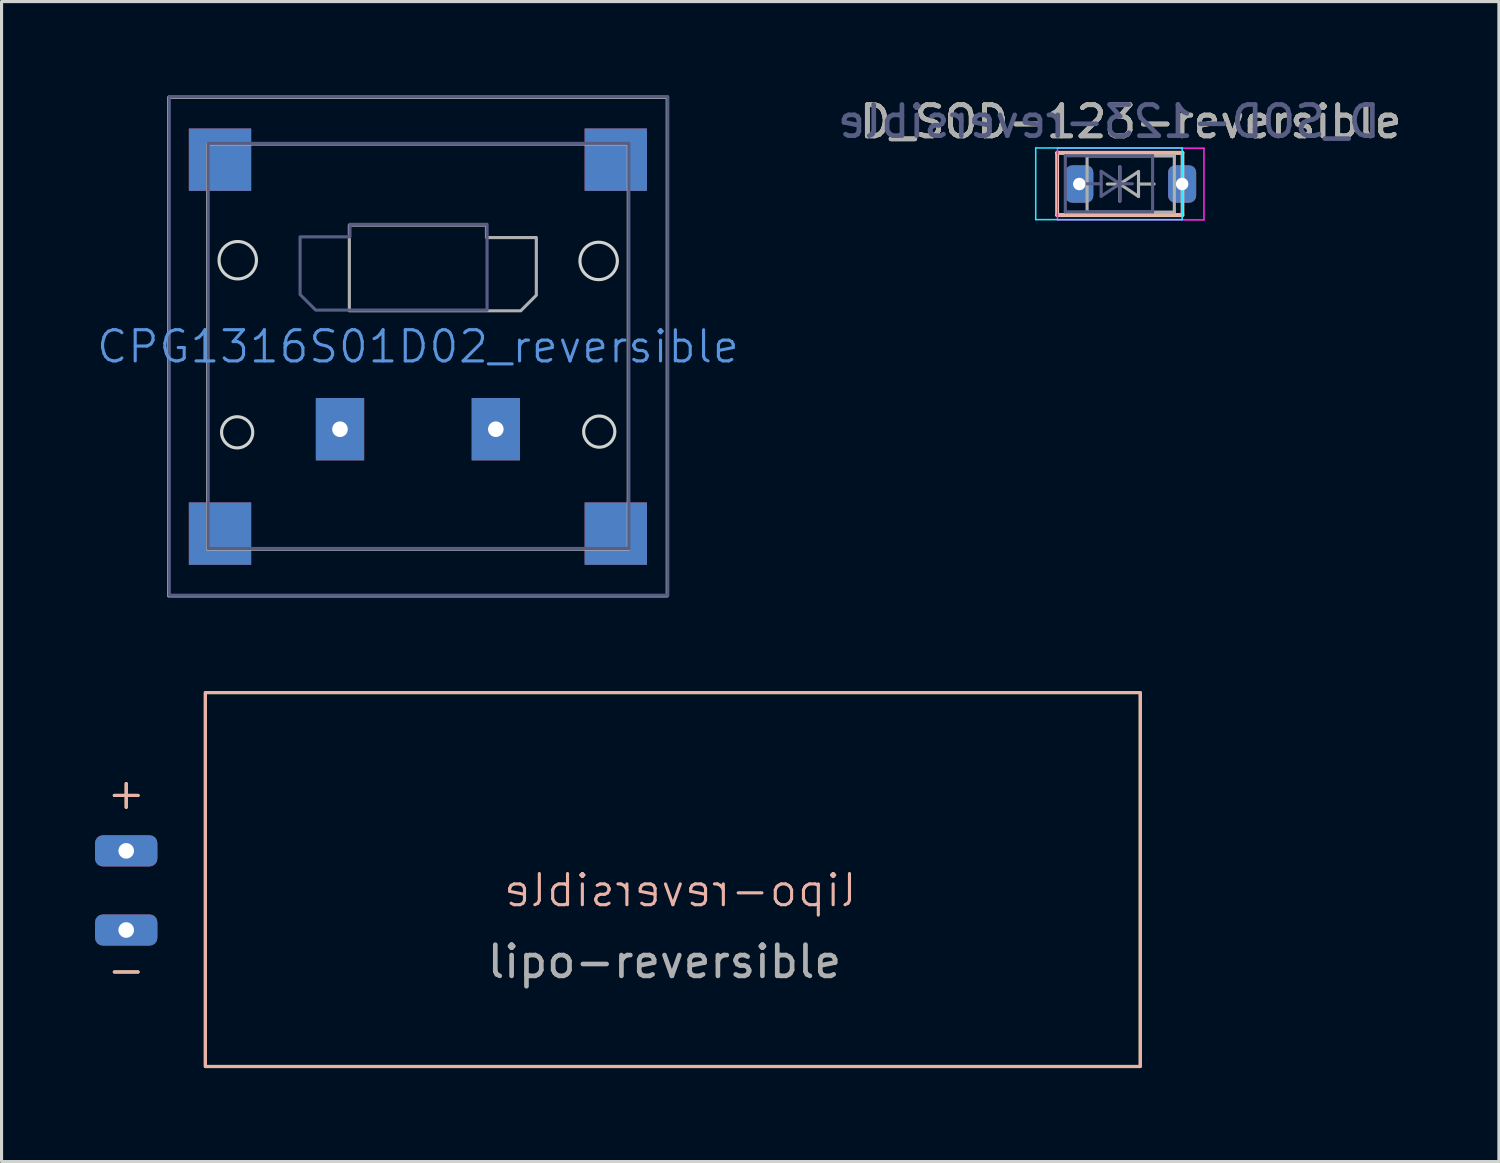
<source format=kicad_pcb>
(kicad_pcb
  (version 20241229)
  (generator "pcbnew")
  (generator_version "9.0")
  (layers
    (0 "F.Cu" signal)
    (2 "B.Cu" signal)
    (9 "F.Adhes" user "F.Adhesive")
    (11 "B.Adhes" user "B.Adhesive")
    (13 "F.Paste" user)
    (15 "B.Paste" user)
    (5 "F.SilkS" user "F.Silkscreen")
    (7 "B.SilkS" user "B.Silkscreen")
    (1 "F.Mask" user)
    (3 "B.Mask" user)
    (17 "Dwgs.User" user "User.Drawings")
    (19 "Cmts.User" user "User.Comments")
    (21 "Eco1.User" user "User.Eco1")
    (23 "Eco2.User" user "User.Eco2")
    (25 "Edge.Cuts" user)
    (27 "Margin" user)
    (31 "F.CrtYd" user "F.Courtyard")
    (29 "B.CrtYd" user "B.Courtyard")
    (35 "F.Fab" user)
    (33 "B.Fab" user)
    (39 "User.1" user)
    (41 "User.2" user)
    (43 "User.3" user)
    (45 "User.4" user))
  (footprint "CPG1316S01D02_reversible"
    (layer "F.Cu")
    (at 10.36 8.073)
    (property "Reference" "CPG1316S01D02_reversible" (at 0 0 0) (unlocked yes) (layer "Cmts.User") (effects (font (size 1 1) (thickness 0.1))))
    (attr smd)
    (fp_circle (center -5.8 2.75) (end -5.3 2.75) (stroke (width 0.1) (type default)) (fill no) (layer "Edge.Cuts"))
    (fp_circle (center -5.781 -2.773) (end -6.381 -2.773) (stroke (width 0.1) (type default)) (fill no) (layer "Edge.Cuts"))
    (fp_circle (center 5.8 -2.75) (end 6.4 -2.75) (stroke (width 0.1) (type default)) (fill no) (layer "Edge.Cuts"))
    (fp_circle (center 5.819 2.727) (end 5.319 2.727) (stroke (width 0.1) (type default)) (fill no) (layer "Edge.Cuts"))
    (fp_rect (start -7.981 -8.023) (end 8.019 7.977) (stroke (width 0.1) (type default)) (fill no) (layer "B.Fab"))
    (fp_rect (start -6.731 -6.523) (end 6.769 6.477) (stroke (width 0.1) (type default)) (fill no) (layer "B.Fab"))
    (fp_poly (pts (xy -3.781 -3.523) (xy -3.781 -1.673) (xy -3.281 -1.173) (xy 2.219 -1.173) (xy 2.219 -3.923) (xy -2.181 -3.923) (xy -2.181 -3.523)) (stroke (width 0.1) (type solid)) (fill no) (layer "B.Fab"))
    (fp_rect (start -8 8) (end 8 -8) (stroke (width 0.1) (type default)) (fill no) (layer "F.Fab"))
    (fp_rect (start -6.75 -6.5) (end 6.75 6.5) (stroke (width 0.1) (type default)) (fill no) (layer "F.Fab"))
    (fp_poly (pts (xy 3.8 -3.5) (xy 3.8 -1.65) (xy 3.3 -1.15) (xy -2.2 -1.15) (xy -2.2 -3.9) (xy 2.2 -3.9) (xy 2.2 -3.5)) (stroke (width 0.1) (type solid)) (fill no) (layer "F.Fab"))
    (pad "1" thru_hole rect (at -2.5 2.65) (size 1.55 2) (drill 0.5) (layers "*.Cu" "*.Mask"))
    (pad "2" thru_hole rect (at 2.5 2.65) (size 1.55 2) (drill 0.5) (layers "*.Cu" "*.Mask"))
    (pad "3" smd rect (at -6.35 -6) (size 2 2) (layers "F.Cu" "F.Mask" "F.Paste"))
    (pad "3" smd rect (at -6.35 -6) (size 2 2) (layers "B.Cu" "B.Mask" "B.Paste"))
    (pad "3" smd rect (at -6.35 6) (size 2 2) (layers "F.Cu" "F.Mask" "F.Paste"))
    (pad "3" smd rect (at -6.35 6) (size 2 2) (layers "B.Cu" "B.Mask" "B.Paste"))
    (pad "3" smd rect (at 6.35 -6) (size 2 2) (layers "F.Cu" "F.Mask" "F.Paste"))
    (pad "3" smd rect (at 6.35 -6) (size 2 2) (layers "B.Cu" "B.Mask" "B.Paste"))
    (pad "3" smd rect (at 6.35 6) (size 2 2) (layers "F.Cu" "F.Mask" "F.Paste"))
    (pad "3" smd rect (at 6.35 6) (size 2 2) (layers "B.Cu" "B.Mask" "B.Paste")))
  (footprint "lipo-reversible"
    (layer "F.Cu")
    (at 3.54 29.333)
    (property "Reference" "lipo-reversible" (at 15.24 -3.81 0) (layer "B.SilkS") (effects (font (size 1 1) (thickness 0.1)) (justify mirror)))
    (attr smd)
    (fp_rect (start 0 -10.16) (end 30 1.84) (stroke (width 0.1) (type default)) (fill no) (layer "F.SilkS"))
    (fp_rect (start 0 -10.16) (end 30 1.84) (stroke (width 0.1) (type default)) (fill no) (layer "B.SilkS"))
    (fp_text user "+" (at -2.54 -6.35 0) (unlocked yes) (layer "F.SilkS") (effects (font (size 1 1) (thickness 0.1)) (justify bottom)))
    (fp_text user "-" (at -2.54 -1.27 0) (unlocked yes) (layer "F.SilkS") (effects (font (size 1 1) (thickness 0.1))))
    (fp_text user "-" (at -2.54 -1.27 0) (unlocked yes) (layer "B.SilkS") (effects (font (size 1 1) (thickness 0.1))))
    (fp_text user "+" (at -2.54 -6.35 0) (unlocked yes) (layer "B.SilkS") (effects (font (size 1 1) (thickness 0.1)) (justify bottom)))
    (fp_text user "${REFERENCE}" (at 14.732 -1.524 0) (unlocked yes) (layer "F.Fab") (effects (font (size 1 1) (thickness 0.15))))
    (pad "1" thru_hole roundrect (at -2.54 -5.08) (size 2 1) (drill 0.5) (layers "*.Cu" "*.Paste" "*.Mask") (roundrect_rratio 0.25))
    (pad "2" thru_hole roundrect (at -2.54 -2.54) (size 2 1) (drill 0.5) (layers "*.Cu" "*.Paste" "*.Mask") (roundrect_rratio 0.25)))
  (footprint "D_SOD-123-reversible"
    (layer "F.Cu")
    (at 33.233 2.855)
    (property "Reference" "D_SOD-123-reversible" (at 0 -2 0) (layer "F.SilkS") (effects (font (size 1 1) (thickness 0.15))))
    (attr smd)
    (fp_line (start -2.36 -1) (end -2.36 1) (stroke (width 0.12) (type solid)) (layer "F.SilkS"))
    (fp_line (start -2.36 -1) (end 1.65 -1) (stroke (width 0.12) (type solid)) (layer "F.SilkS"))
    (fp_line (start -2.36 1) (end 1.65 1) (stroke (width 0.12) (type solid)) (layer "F.SilkS"))
    (fp_line (start 1.662 -1.007) (end -2.348 -1.007) (stroke (width 0.12) (type solid)) (layer "B.SilkS"))
    (fp_line (start 1.662 -1.007) (end 1.662 0.993) (stroke (width 0.12) (type solid)) (layer "B.SilkS"))
    (fp_line (start 1.662 0.993) (end -2.348 0.993) (stroke (width 0.12) (type solid)) (layer "B.SilkS"))
    (fp_line (start -3.048 -1.157) (end -3.048 1.143) (stroke (width 0.05) (type solid)) (layer "B.CrtYd"))
    (fp_line (start -3.048 1.143) (end 1.652 1.143) (stroke (width 0.05) (type solid)) (layer "B.CrtYd"))
    (fp_line (start 1.652 -1.157) (end -3.048 -1.157) (stroke (width 0.05) (type solid)) (layer "B.CrtYd"))
    (fp_line (start 1.652 -1.157) (end 1.652 1.143) (stroke (width 0.05) (type solid)) (layer "B.CrtYd"))
    (fp_line (start -2.35 -1.15) (end -2.35 1.15) (stroke (width 0.05) (type solid)) (layer "F.CrtYd"))
    (fp_line (start -2.35 -1.15) (end 2.35 -1.15) (stroke (width 0.05) (type solid)) (layer "F.CrtYd"))
    (fp_line (start 2.35 -1.15) (end 2.35 1.15) (stroke (width 0.05) (type solid)) (layer "F.CrtYd"))
    (fp_line (start 2.35 1.15) (end -2.35 1.15) (stroke (width 0.05) (type solid)) (layer "F.CrtYd"))
    (fp_line (start -2.098 -0.907) (end -2.098 0.893) (stroke (width 0.1) (type solid)) (layer "B.Fab"))
    (fp_line (start -2.098 0.893) (end 0.702 0.893) (stroke (width 0.1) (type solid)) (layer "B.Fab"))
    (fp_line (start -0.948 -0.407) (end -0.948 0.393) (stroke (width 0.1) (type solid)) (layer "B.Fab"))
    (fp_line (start -0.948 -0.007) (end -1.448 -0.007) (stroke (width 0.1) (type solid)) (layer "B.Fab"))
    (fp_line (start -0.948 0.393) (end -0.348 -0.007) (stroke (width 0.1) (type solid)) (layer "B.Fab"))
    (fp_line (start -0.348 -0.007) (end -0.948 -0.407) (stroke (width 0.1) (type solid)) (layer "B.Fab"))
    (fp_line (start -0.348 -0.007) (end -0.348 -0.557) (stroke (width 0.1) (type solid)) (layer "B.Fab"))
    (fp_line (start -0.348 -0.007) (end -0.348 0.543) (stroke (width 0.1) (type solid)) (layer "B.Fab"))
    (fp_line (start 0.052 -0.007) (end -0.348 -0.007) (stroke (width 0.1) (type solid)) (layer "B.Fab"))
    (fp_line (start 0.702 -0.907) (end -2.098 -0.907) (stroke (width 0.1) (type solid)) (layer "B.Fab"))
    (fp_line (start 0.702 0.893) (end 0.702 -0.907) (stroke (width 0.1) (type solid)) (layer "B.Fab"))
    (fp_line (start -1.4 -0.9) (end 1.4 -0.9) (stroke (width 0.1) (type solid)) (layer "F.Fab"))
    (fp_line (start -1.4 0.9) (end -1.4 -0.9) (stroke (width 0.1) (type solid)) (layer "F.Fab"))
    (fp_line (start -0.75 0) (end -0.35 0) (stroke (width 0.1) (type solid)) (layer "F.Fab"))
    (fp_line (start -0.35 0) (end -0.35 -0.55) (stroke (width 0.1) (type solid)) (layer "F.Fab"))
    (fp_line (start -0.35 0) (end -0.35 0.55) (stroke (width 0.1) (type solid)) (layer "F.Fab"))
    (fp_line (start -0.35 0) (end 0.25 -0.4) (stroke (width 0.1) (type solid)) (layer "F.Fab"))
    (fp_line (start 0.25 -0.4) (end 0.25 0.4) (stroke (width 0.1) (type solid)) (layer "F.Fab"))
    (fp_line (start 0.25 0) (end 0.75 0) (stroke (width 0.1) (type solid)) (layer "F.Fab"))
    (fp_line (start 0.25 0.4) (end -0.35 0) (stroke (width 0.1) (type solid)) (layer "F.Fab"))
    (fp_line (start 1.4 -0.9) (end 1.4 0.9) (stroke (width 0.1) (type solid)) (layer "F.Fab"))
    (fp_line (start 1.4 0.9) (end -1.4 0.9) (stroke (width 0.1) (type solid)) (layer "F.Fab"))
    (fp_text user "${REFERENCE}" (at -0.698 -2.007 0) (layer "B.Fab") (effects (font (size 1 1) (thickness 0.15)) (justify mirror)))
    (fp_text user "${REFERENCE}" (at 0 -2 0) (layer "F.Fab") (effects (font (size 1 1) (thickness 0.15))))
    (pad "1" thru_hole roundrect (at -1.65 0) (size 0.9 1.2) (drill 0.4) (layers "*.Cu" "*.Paste" "*.Mask") (roundrect_rratio 0.25))
    (pad "2" thru_hole roundrect (at 1.65 0) (size 0.9 1.2) (drill 0.4) (layers "*.Cu" "*.Paste" "*.Mask") (roundrect_rratio 0.25)))
  (gr_rect
    (start -3 -3)
    (end 45.048 34.223)
    (stroke (width 0.1) (type default))
    (fill no)
    (layer "Edge.Cuts")))
</source>
